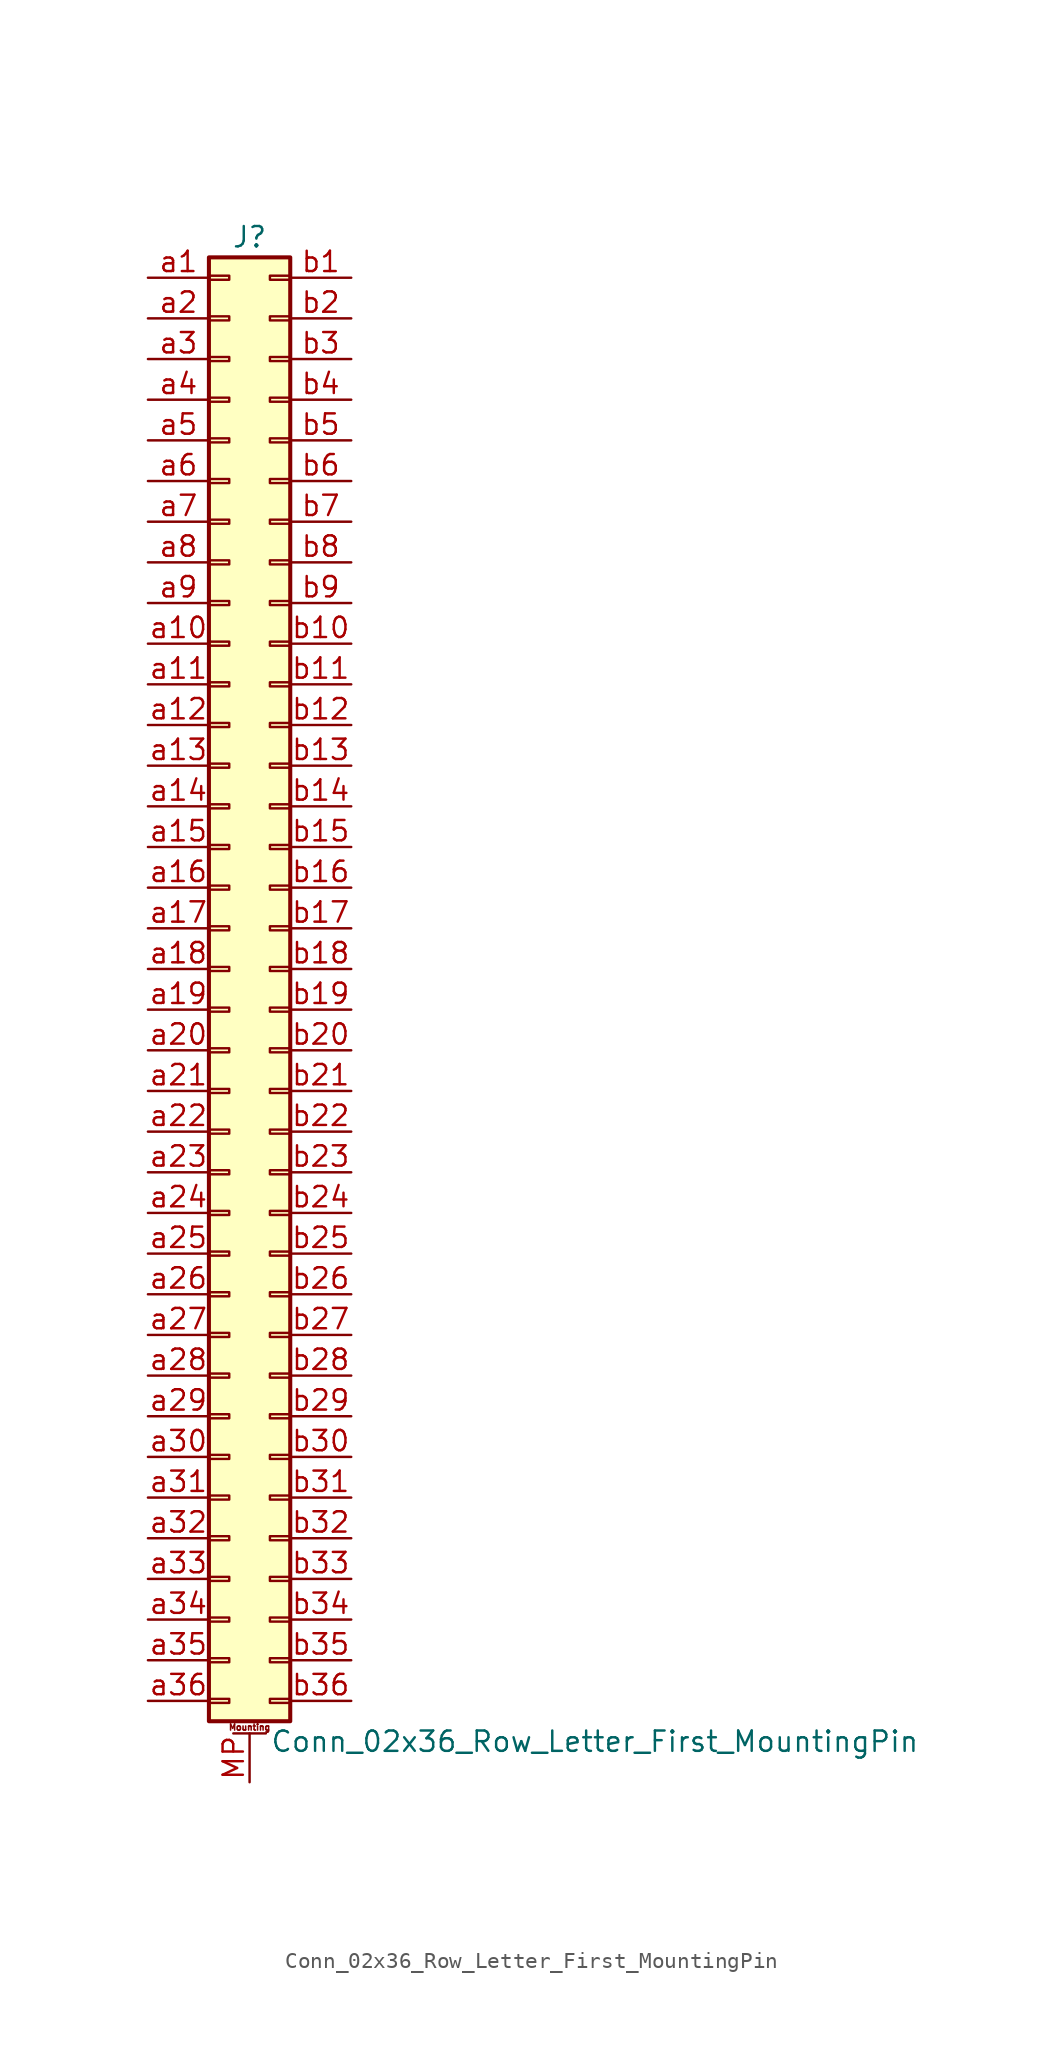
<source format=kicad_sym>
(kicad_symbol_lib
  (version 20201005)
  (generator kicad_symbol_editor)
  (symbol "Conn_02x36_Row_Letter_First_MountingPin"
    (pin_names
      (offset 1.016) hide)
    (property "Reference" "J"
      (at 1.27 45.72 0)
      (effects (font (size 1.27 1.27))))
    (property "Value" "Conn_02x36_Row_Letter_First_MountingPin"
      (at 2.54 -48.26 0)
      (effects (font (size 1.27 1.27)) (justify left)))
    (symbol "Conn_02x36_Row_Letter_First_MountingPin_1_1"
      (text "Mounting" (at 1.27 -47.371 0) (effects (font (size 0.381 0.381))))
      (rectangle (start -1.27 -45.593) (end 0 -45.847) (stroke (width 0.152)) (fill (type none)))
      (rectangle (start -1.27 -43.053) (end 0 -43.307) (stroke (width 0.152)) (fill (type none)))
      (rectangle (start -1.27 -40.513) (end 0 -40.767) (stroke (width 0.152)) (fill (type none)))
      (rectangle (start -1.27 -37.973) (end 0 -38.227) (stroke (width 0.152)) (fill (type none)))
      (rectangle (start -1.27 -35.433) (end 0 -35.687) (stroke (width 0.152)) (fill (type none)))
      (rectangle (start -1.27 -32.893) (end 0 -33.147) (stroke (width 0.152)) (fill (type none)))
      (rectangle (start -1.27 -30.353) (end 0 -30.607) (stroke (width 0.152)) (fill (type none)))
      (rectangle (start -1.27 -27.813) (end 0 -28.067) (stroke (width 0.152)) (fill (type none)))
      (rectangle (start -1.27 -25.273) (end 0 -25.527) (stroke (width 0.152)) (fill (type none)))
      (rectangle (start -1.27 -22.733) (end 0 -22.987) (stroke (width 0.152)) (fill (type none)))
      (rectangle (start -1.27 -20.193) (end 0 -20.447) (stroke (width 0.152)) (fill (type none)))
      (rectangle (start -1.27 -17.653) (end 0 -17.907) (stroke (width 0.152)) (fill (type none)))
      (rectangle (start -1.27 -15.113) (end 0 -15.367) (stroke (width 0.152)) (fill (type none)))
      (rectangle (start -1.27 -12.573) (end 0 -12.827) (stroke (width 0.152)) (fill (type none)))
      (rectangle (start -1.27 -10.033) (end 0 -10.287) (stroke (width 0.152)) (fill (type none)))
      (rectangle (start -1.27 -7.493) (end 0 -7.747) (stroke (width 0.152)) (fill (type none)))
      (rectangle (start -1.27 -4.953) (end 0 -5.207) (stroke (width 0.152)) (fill (type none)))
      (rectangle (start -1.27 -2.413) (end 0 -2.667) (stroke (width 0.152)) (fill (type none)))
      (rectangle (start -1.27 0.127) (end 0 -0.127) (stroke (width 0.152)) (fill (type none)))
      (rectangle (start -1.27 2.667) (end 0 2.413) (stroke (width 0.152)) (fill (type none)))
      (rectangle (start -1.27 5.207) (end 0 4.953) (stroke (width 0.152)) (fill (type none)))
      (rectangle (start -1.27 7.747) (end 0 7.493) (stroke (width 0.152)) (fill (type none)))
      (rectangle (start -1.27 10.287) (end 0 10.033) (stroke (width 0.152)) (fill (type none)))
      (rectangle (start -1.27 12.827) (end 0 12.573) (stroke (width 0.152)) (fill (type none)))
      (rectangle (start -1.27 15.367) (end 0 15.113) (stroke (width 0.152)) (fill (type none)))
      (rectangle (start -1.27 17.907) (end 0 17.653) (stroke (width 0.152)) (fill (type none)))
      (rectangle (start -1.27 20.447) (end 0 20.193) (stroke (width 0.152)) (fill (type none)))
      (rectangle (start -1.27 22.987) (end 0 22.733) (stroke (width 0.152)) (fill (type none)))
      (rectangle (start -1.27 25.527) (end 0 25.273) (stroke (width 0.152)) (fill (type none)))
      (rectangle (start -1.27 28.067) (end 0 27.813) (stroke (width 0.152)) (fill (type none)))
      (rectangle (start -1.27 30.607) (end 0 30.353) (stroke (width 0.152)) (fill (type none)))
      (rectangle (start -1.27 33.147) (end 0 32.893) (stroke (width 0.152)) (fill (type none)))
      (rectangle (start -1.27 35.687) (end 0 35.433) (stroke (width 0.152)) (fill (type none)))
      (rectangle (start -1.27 38.227) (end 0 37.973) (stroke (width 0.152)) (fill (type none)))
      (rectangle (start -1.27 40.767) (end 0 40.513) (stroke (width 0.152)) (fill (type none)))
      (rectangle (start -1.27 43.307) (end 0 43.053) (stroke (width 0.152)) (fill (type none)))
      (rectangle (start 3.81 -45.593) (end 2.54 -45.847) (stroke (width 0.152)) (fill (type none)))
      (rectangle (start 3.81 -43.053) (end 2.54 -43.307) (stroke (width 0.152)) (fill (type none)))
      (rectangle (start 3.81 -40.513) (end 2.54 -40.767) (stroke (width 0.152)) (fill (type none)))
      (rectangle (start 3.81 -37.973) (end 2.54 -38.227) (stroke (width 0.152)) (fill (type none)))
      (rectangle (start 3.81 -35.433) (end 2.54 -35.687) (stroke (width 0.152)) (fill (type none)))
      (rectangle (start 3.81 -32.893) (end 2.54 -33.147) (stroke (width 0.152)) (fill (type none)))
      (rectangle (start 3.81 -30.353) (end 2.54 -30.607) (stroke (width 0.152)) (fill (type none)))
      (rectangle (start 3.81 -27.813) (end 2.54 -28.067) (stroke (width 0.152)) (fill (type none)))
      (rectangle (start 3.81 -25.273) (end 2.54 -25.527) (stroke (width 0.152)) (fill (type none)))
      (rectangle (start 3.81 -22.733) (end 2.54 -22.987) (stroke (width 0.152)) (fill (type none)))
      (rectangle (start 3.81 -20.193) (end 2.54 -20.447) (stroke (width 0.152)) (fill (type none)))
      (rectangle (start 3.81 -17.653) (end 2.54 -17.907) (stroke (width 0.152)) (fill (type none)))
      (rectangle (start 3.81 -15.113) (end 2.54 -15.367) (stroke (width 0.152)) (fill (type none)))
      (rectangle (start 3.81 -12.573) (end 2.54 -12.827) (stroke (width 0.152)) (fill (type none)))
      (rectangle (start 3.81 -10.033) (end 2.54 -10.287) (stroke (width 0.152)) (fill (type none)))
      (rectangle (start 3.81 -7.493) (end 2.54 -7.747) (stroke (width 0.152)) (fill (type none)))
      (rectangle (start 3.81 -4.953) (end 2.54 -5.207) (stroke (width 0.152)) (fill (type none)))
      (rectangle (start 3.81 -2.413) (end 2.54 -2.667) (stroke (width 0.152)) (fill (type none)))
      (rectangle (start 3.81 0.127) (end 2.54 -0.127) (stroke (width 0.152)) (fill (type none)))
      (rectangle (start 3.81 2.667) (end 2.54 2.413) (stroke (width 0.152)) (fill (type none)))
      (rectangle (start 3.81 5.207) (end 2.54 4.953) (stroke (width 0.152)) (fill (type none)))
      (rectangle (start 3.81 7.747) (end 2.54 7.493) (stroke (width 0.152)) (fill (type none)))
      (rectangle (start 3.81 10.287) (end 2.54 10.033) (stroke (width 0.152)) (fill (type none)))
      (rectangle (start 3.81 12.827) (end 2.54 12.573) (stroke (width 0.152)) (fill (type none)))
      (rectangle (start 3.81 15.367) (end 2.54 15.113) (stroke (width 0.152)) (fill (type none)))
      (rectangle (start 3.81 17.907) (end 2.54 17.653) (stroke (width 0.152)) (fill (type none)))
      (rectangle (start 3.81 20.447) (end 2.54 20.193) (stroke (width 0.152)) (fill (type none)))
      (rectangle (start 3.81 22.987) (end 2.54 22.733) (stroke (width 0.152)) (fill (type none)))
      (rectangle (start 3.81 25.527) (end 2.54 25.273) (stroke (width 0.152)) (fill (type none)))
      (rectangle (start 3.81 28.067) (end 2.54 27.813) (stroke (width 0.152)) (fill (type none)))
      (rectangle (start 3.81 30.607) (end 2.54 30.353) (stroke (width 0.152)) (fill (type none)))
      (rectangle (start 3.81 33.147) (end 2.54 32.893) (stroke (width 0.152)) (fill (type none)))
      (rectangle (start 3.81 35.687) (end 2.54 35.433) (stroke (width 0.152)) (fill (type none)))
      (rectangle (start 3.81 38.227) (end 2.54 37.973) (stroke (width 0.152)) (fill (type none)))
      (rectangle (start 3.81 40.767) (end 2.54 40.513) (stroke (width 0.152)) (fill (type none)))
      (rectangle (start 3.81 43.307) (end 2.54 43.053) (stroke (width 0.152)) (fill (type none)))
      (rectangle (start -1.27 44.45) (end 3.81 -46.99) (stroke (width 0.254)) (fill (type background)))
      (polyline (pts (xy 0.254 -47.752) (xy 2.286 -47.752)) (stroke (width 0.152)) (fill (type none)))
      (pin passive line (at 1.27 -50.8 90) (length 3.048) (name "MountPin" (effects (font (size 1.27 1.27)))) (number "MP" (effects (font (size 1.27 1.27)))))
      (pin passive line (at -5.08 43.18 0) (length 3.81) (name "Pin_a1" (effects (font (size 1.27 1.27)))) (number "a1" (effects (font (size 1.27 1.27)))))
      (pin passive line (at -5.08 20.32 0) (length 3.81) (name "Pin_a10" (effects (font (size 1.27 1.27)))) (number "a10" (effects (font (size 1.27 1.27)))))
      (pin passive line (at -5.08 17.78 0) (length 3.81) (name "Pin_a11" (effects (font (size 1.27 1.27)))) (number "a11" (effects (font (size 1.27 1.27)))))
      (pin passive line (at -5.08 15.24 0) (length 3.81) (name "Pin_a12" (effects (font (size 1.27 1.27)))) (number "a12" (effects (font (size 1.27 1.27)))))
      (pin passive line (at -5.08 12.7 0) (length 3.81) (name "Pin_a13" (effects (font (size 1.27 1.27)))) (number "a13" (effects (font (size 1.27 1.27)))))
      (pin passive line (at -5.08 10.16 0) (length 3.81) (name "Pin_a14" (effects (font (size 1.27 1.27)))) (number "a14" (effects (font (size 1.27 1.27)))))
      (pin passive line (at -5.08 7.62 0) (length 3.81) (name "Pin_a15" (effects (font (size 1.27 1.27)))) (number "a15" (effects (font (size 1.27 1.27)))))
      (pin passive line (at -5.08 5.08 0) (length 3.81) (name "Pin_a16" (effects (font (size 1.27 1.27)))) (number "a16" (effects (font (size 1.27 1.27)))))
      (pin passive line (at -5.08 2.54 0) (length 3.81) (name "Pin_a17" (effects (font (size 1.27 1.27)))) (number "a17" (effects (font (size 1.27 1.27)))))
      (pin passive line (at -5.08 0 0) (length 3.81) (name "Pin_a18" (effects (font (size 1.27 1.27)))) (number "a18" (effects (font (size 1.27 1.27)))))
      (pin passive line (at -5.08 -2.54 0) (length 3.81) (name "Pin_a19" (effects (font (size 1.27 1.27)))) (number "a19" (effects (font (size 1.27 1.27)))))
      (pin passive line (at -5.08 40.64 0) (length 3.81) (name "Pin_a2" (effects (font (size 1.27 1.27)))) (number "a2" (effects (font (size 1.27 1.27)))))
      (pin passive line (at -5.08 -5.08 0) (length 3.81) (name "Pin_a20" (effects (font (size 1.27 1.27)))) (number "a20" (effects (font (size 1.27 1.27)))))
      (pin passive line (at -5.08 -7.62 0) (length 3.81) (name "Pin_a21" (effects (font (size 1.27 1.27)))) (number "a21" (effects (font (size 1.27 1.27)))))
      (pin passive line (at -5.08 -10.16 0) (length 3.81) (name "Pin_a22" (effects (font (size 1.27 1.27)))) (number "a22" (effects (font (size 1.27 1.27)))))
      (pin passive line (at -5.08 -12.7 0) (length 3.81) (name "Pin_a23" (effects (font (size 1.27 1.27)))) (number "a23" (effects (font (size 1.27 1.27)))))
      (pin passive line (at -5.08 -15.24 0) (length 3.81) (name "Pin_a24" (effects (font (size 1.27 1.27)))) (number "a24" (effects (font (size 1.27 1.27)))))
      (pin passive line (at -5.08 -17.78 0) (length 3.81) (name "Pin_a25" (effects (font (size 1.27 1.27)))) (number "a25" (effects (font (size 1.27 1.27)))))
      (pin passive line (at -5.08 -20.32 0) (length 3.81) (name "Pin_a26" (effects (font (size 1.27 1.27)))) (number "a26" (effects (font (size 1.27 1.27)))))
      (pin passive line (at -5.08 -22.86 0) (length 3.81) (name "Pin_a27" (effects (font (size 1.27 1.27)))) (number "a27" (effects (font (size 1.27 1.27)))))
      (pin passive line (at -5.08 -25.4 0) (length 3.81) (name "Pin_a28" (effects (font (size 1.27 1.27)))) (number "a28" (effects (font (size 1.27 1.27)))))
      (pin passive line (at -5.08 -27.94 0) (length 3.81) (name "Pin_a29" (effects (font (size 1.27 1.27)))) (number "a29" (effects (font (size 1.27 1.27)))))
      (pin passive line (at -5.08 38.1 0) (length 3.81) (name "Pin_a3" (effects (font (size 1.27 1.27)))) (number "a3" (effects (font (size 1.27 1.27)))))
      (pin passive line (at -5.08 -30.48 0) (length 3.81) (name "Pin_a30" (effects (font (size 1.27 1.27)))) (number "a30" (effects (font (size 1.27 1.27)))))
      (pin passive line (at -5.08 -33.02 0) (length 3.81) (name "Pin_a31" (effects (font (size 1.27 1.27)))) (number "a31" (effects (font (size 1.27 1.27)))))
      (pin passive line (at -5.08 -35.56 0) (length 3.81) (name "Pin_a32" (effects (font (size 1.27 1.27)))) (number "a32" (effects (font (size 1.27 1.27)))))
      (pin passive line (at -5.08 -38.1 0) (length 3.81) (name "Pin_a33" (effects (font (size 1.27 1.27)))) (number "a33" (effects (font (size 1.27 1.27)))))
      (pin passive line (at -5.08 -40.64 0) (length 3.81) (name "Pin_a34" (effects (font (size 1.27 1.27)))) (number "a34" (effects (font (size 1.27 1.27)))))
      (pin passive line (at -5.08 -43.18 0) (length 3.81) (name "Pin_a35" (effects (font (size 1.27 1.27)))) (number "a35" (effects (font (size 1.27 1.27)))))
      (pin passive line (at -5.08 -45.72 0) (length 3.81) (name "Pin_a36" (effects (font (size 1.27 1.27)))) (number "a36" (effects (font (size 1.27 1.27)))))
      (pin passive line (at -5.08 35.56 0) (length 3.81) (name "Pin_a4" (effects (font (size 1.27 1.27)))) (number "a4" (effects (font (size 1.27 1.27)))))
      (pin passive line (at -5.08 33.02 0) (length 3.81) (name "Pin_a5" (effects (font (size 1.27 1.27)))) (number "a5" (effects (font (size 1.27 1.27)))))
      (pin passive line (at -5.08 30.48 0) (length 3.81) (name "Pin_a6" (effects (font (size 1.27 1.27)))) (number "a6" (effects (font (size 1.27 1.27)))))
      (pin passive line (at -5.08 27.94 0) (length 3.81) (name "Pin_a7" (effects (font (size 1.27 1.27)))) (number "a7" (effects (font (size 1.27 1.27)))))
      (pin passive line (at -5.08 25.4 0) (length 3.81) (name "Pin_a8" (effects (font (size 1.27 1.27)))) (number "a8" (effects (font (size 1.27 1.27)))))
      (pin passive line (at -5.08 22.86 0) (length 3.81) (name "Pin_a9" (effects (font (size 1.27 1.27)))) (number "a9" (effects (font (size 1.27 1.27)))))
      (pin passive line (at 7.62 43.18 180) (length 3.81) (name "Pin_b1" (effects (font (size 1.27 1.27)))) (number "b1" (effects (font (size 1.27 1.27)))))
      (pin passive line (at 7.62 20.32 180) (length 3.81) (name "Pin_b10" (effects (font (size 1.27 1.27)))) (number "b10" (effects (font (size 1.27 1.27)))))
      (pin passive line (at 7.62 17.78 180) (length 3.81) (name "Pin_b11" (effects (font (size 1.27 1.27)))) (number "b11" (effects (font (size 1.27 1.27)))))
      (pin passive line (at 7.62 15.24 180) (length 3.81) (name "Pin_b12" (effects (font (size 1.27 1.27)))) (number "b12" (effects (font (size 1.27 1.27)))))
      (pin passive line (at 7.62 12.7 180) (length 3.81) (name "Pin_b13" (effects (font (size 1.27 1.27)))) (number "b13" (effects (font (size 1.27 1.27)))))
      (pin passive line (at 7.62 10.16 180) (length 3.81) (name "Pin_b14" (effects (font (size 1.27 1.27)))) (number "b14" (effects (font (size 1.27 1.27)))))
      (pin passive line (at 7.62 7.62 180) (length 3.81) (name "Pin_b15" (effects (font (size 1.27 1.27)))) (number "b15" (effects (font (size 1.27 1.27)))))
      (pin passive line (at 7.62 5.08 180) (length 3.81) (name "Pin_b16" (effects (font (size 1.27 1.27)))) (number "b16" (effects (font (size 1.27 1.27)))))
      (pin passive line (at 7.62 2.54 180) (length 3.81) (name "Pin_b17" (effects (font (size 1.27 1.27)))) (number "b17" (effects (font (size 1.27 1.27)))))
      (pin passive line (at 7.62 0 180) (length 3.81) (name "Pin_b18" (effects (font (size 1.27 1.27)))) (number "b18" (effects (font (size 1.27 1.27)))))
      (pin passive line (at 7.62 -2.54 180) (length 3.81) (name "Pin_b19" (effects (font (size 1.27 1.27)))) (number "b19" (effects (font (size 1.27 1.27)))))
      (pin passive line (at 7.62 40.64 180) (length 3.81) (name "Pin_b2" (effects (font (size 1.27 1.27)))) (number "b2" (effects (font (size 1.27 1.27)))))
      (pin passive line (at 7.62 -5.08 180) (length 3.81) (name "Pin_b20" (effects (font (size 1.27 1.27)))) (number "b20" (effects (font (size 1.27 1.27)))))
      (pin passive line (at 7.62 -7.62 180) (length 3.81) (name "Pin_b21" (effects (font (size 1.27 1.27)))) (number "b21" (effects (font (size 1.27 1.27)))))
      (pin passive line (at 7.62 -10.16 180) (length 3.81) (name "Pin_b22" (effects (font (size 1.27 1.27)))) (number "b22" (effects (font (size 1.27 1.27)))))
      (pin passive line (at 7.62 -12.7 180) (length 3.81) (name "Pin_b23" (effects (font (size 1.27 1.27)))) (number "b23" (effects (font (size 1.27 1.27)))))
      (pin passive line (at 7.62 -15.24 180) (length 3.81) (name "Pin_b24" (effects (font (size 1.27 1.27)))) (number "b24" (effects (font (size 1.27 1.27)))))
      (pin passive line (at 7.62 -17.78 180) (length 3.81) (name "Pin_b25" (effects (font (size 1.27 1.27)))) (number "b25" (effects (font (size 1.27 1.27)))))
      (pin passive line (at 7.62 -20.32 180) (length 3.81) (name "Pin_b26" (effects (font (size 1.27 1.27)))) (number "b26" (effects (font (size 1.27 1.27)))))
      (pin passive line (at 7.62 -22.86 180) (length 3.81) (name "Pin_b27" (effects (font (size 1.27 1.27)))) (number "b27" (effects (font (size 1.27 1.27)))))
      (pin passive line (at 7.62 -25.4 180) (length 3.81) (name "Pin_b28" (effects (font (size 1.27 1.27)))) (number "b28" (effects (font (size 1.27 1.27)))))
      (pin passive line (at 7.62 -27.94 180) (length 3.81) (name "Pin_b29" (effects (font (size 1.27 1.27)))) (number "b29" (effects (font (size 1.27 1.27)))))
      (pin passive line (at 7.62 38.1 180) (length 3.81) (name "Pin_b3" (effects (font (size 1.27 1.27)))) (number "b3" (effects (font (size 1.27 1.27)))))
      (pin passive line (at 7.62 -30.48 180) (length 3.81) (name "Pin_b30" (effects (font (size 1.27 1.27)))) (number "b30" (effects (font (size 1.27 1.27)))))
      (pin passive line (at 7.62 -33.02 180) (length 3.81) (name "Pin_b31" (effects (font (size 1.27 1.27)))) (number "b31" (effects (font (size 1.27 1.27)))))
      (pin passive line (at 7.62 -35.56 180) (length 3.81) (name "Pin_b32" (effects (font (size 1.27 1.27)))) (number "b32" (effects (font (size 1.27 1.27)))))
      (pin passive line (at 7.62 -38.1 180) (length 3.81) (name "Pin_b33" (effects (font (size 1.27 1.27)))) (number "b33" (effects (font (size 1.27 1.27)))))
      (pin passive line (at 7.62 -40.64 180) (length 3.81) (name "Pin_b34" (effects (font (size 1.27 1.27)))) (number "b34" (effects (font (size 1.27 1.27)))))
      (pin passive line (at 7.62 -43.18 180) (length 3.81) (name "Pin_b35" (effects (font (size 1.27 1.27)))) (number "b35" (effects (font (size 1.27 1.27)))))
      (pin passive line (at 7.62 -45.72 180) (length 3.81) (name "Pin_b36" (effects (font (size 1.27 1.27)))) (number "b36" (effects (font (size 1.27 1.27)))))
      (pin passive line (at 7.62 35.56 180) (length 3.81) (name "Pin_b4" (effects (font (size 1.27 1.27)))) (number "b4" (effects (font (size 1.27 1.27)))))
      (pin passive line (at 7.62 33.02 180) (length 3.81) (name "Pin_b5" (effects (font (size 1.27 1.27)))) (number "b5" (effects (font (size 1.27 1.27)))))
      (pin passive line (at 7.62 30.48 180) (length 3.81) (name "Pin_b6" (effects (font (size 1.27 1.27)))) (number "b6" (effects (font (size 1.27 1.27)))))
      (pin passive line (at 7.62 27.94 180) (length 3.81) (name "Pin_b7" (effects (font (size 1.27 1.27)))) (number "b7" (effects (font (size 1.27 1.27)))))
      (pin passive line (at 7.62 25.4 180) (length 3.81) (name "Pin_b8" (effects (font (size 1.27 1.27)))) (number "b8" (effects (font (size 1.27 1.27)))))
      (pin passive line (at 7.62 22.86 180) (length 3.81) (name "Pin_b9" (effects (font (size 1.27 1.27)))) (number "b9" (effects (font (size 1.27 1.27))))))))
</source>
